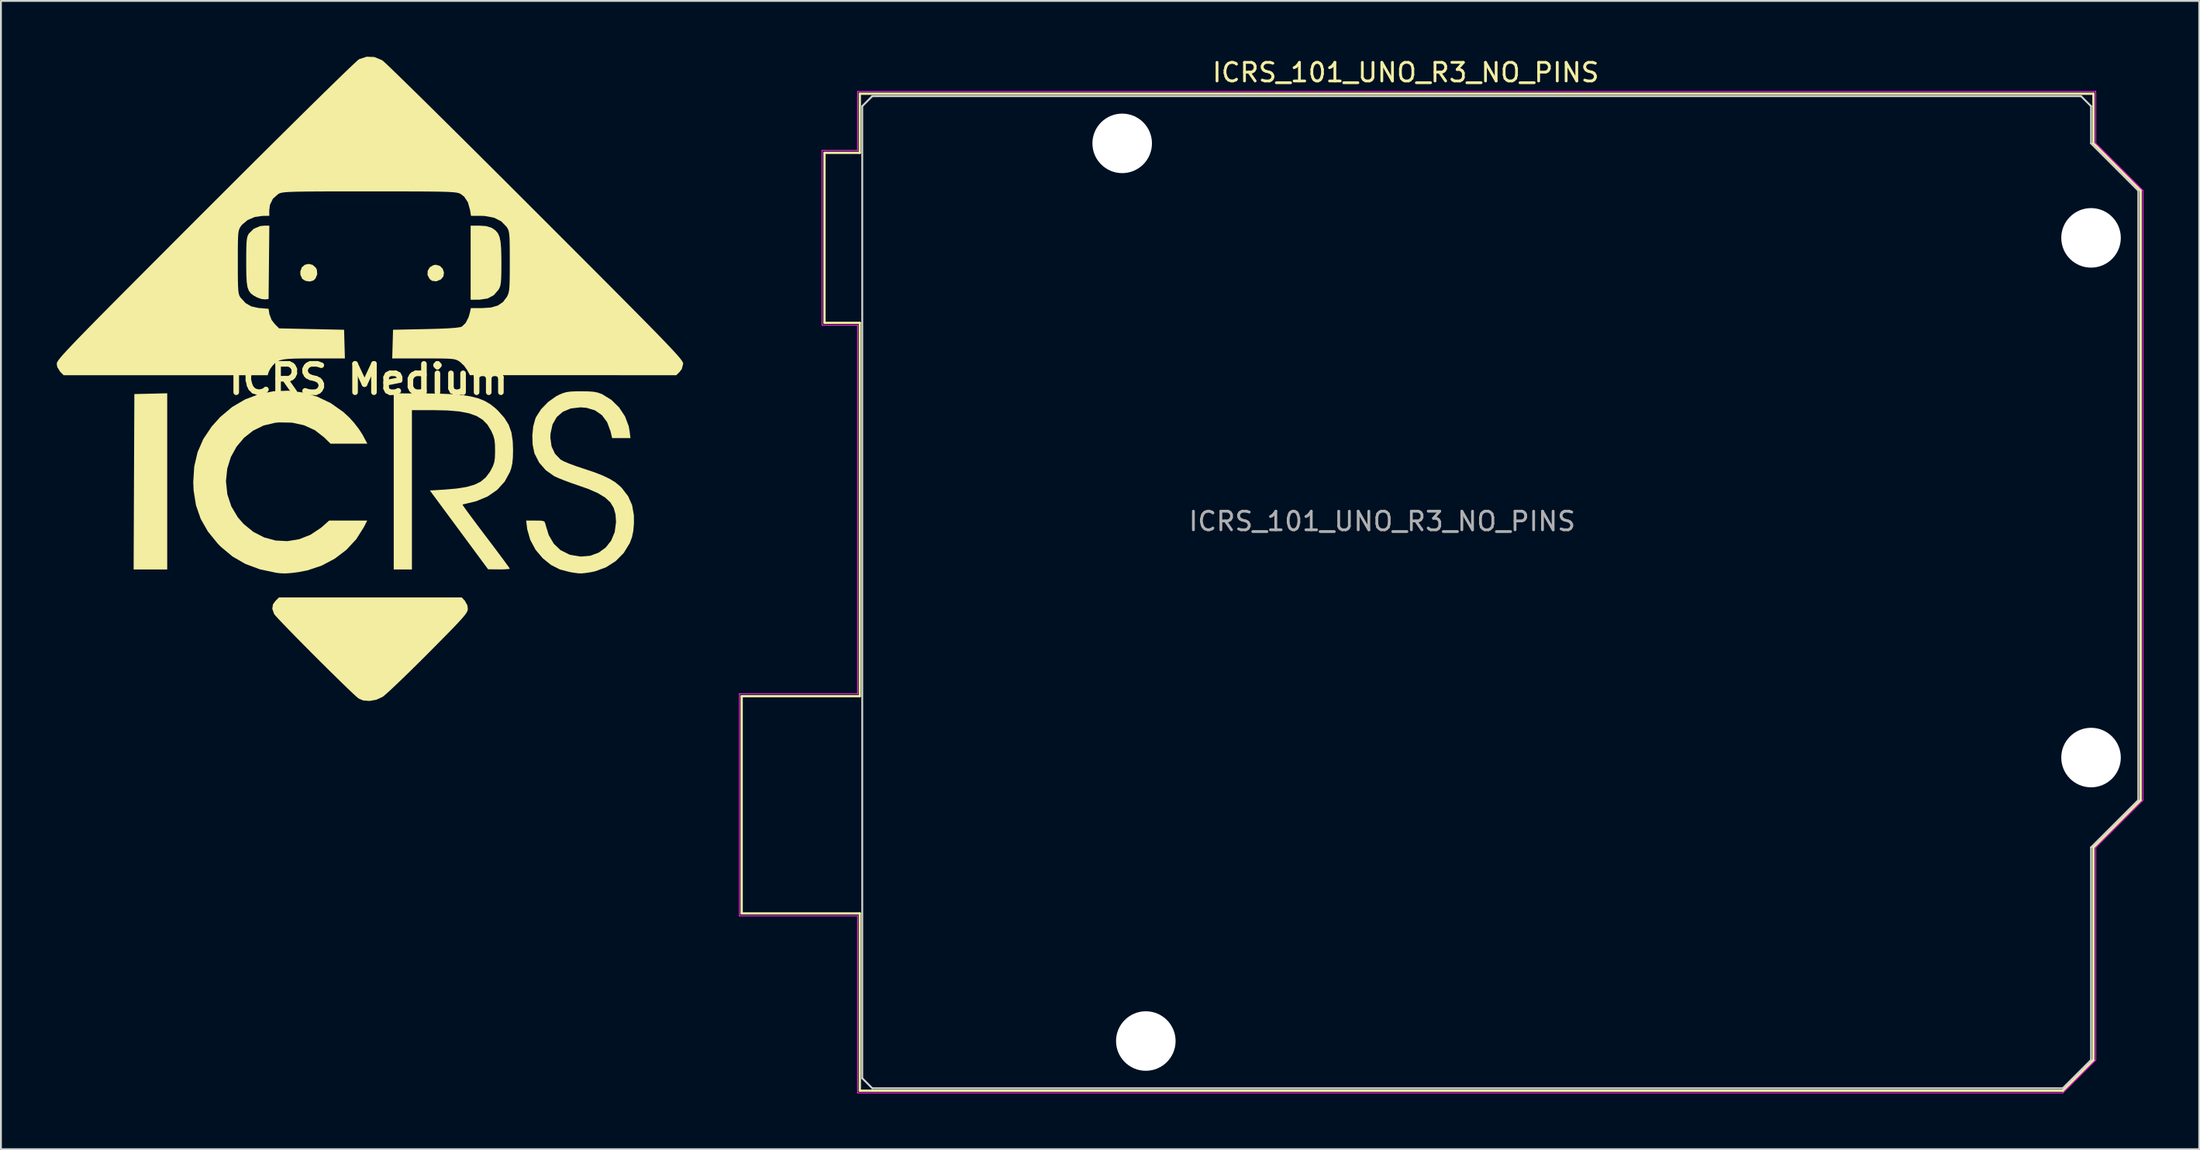
<source format=kicad_pcb>
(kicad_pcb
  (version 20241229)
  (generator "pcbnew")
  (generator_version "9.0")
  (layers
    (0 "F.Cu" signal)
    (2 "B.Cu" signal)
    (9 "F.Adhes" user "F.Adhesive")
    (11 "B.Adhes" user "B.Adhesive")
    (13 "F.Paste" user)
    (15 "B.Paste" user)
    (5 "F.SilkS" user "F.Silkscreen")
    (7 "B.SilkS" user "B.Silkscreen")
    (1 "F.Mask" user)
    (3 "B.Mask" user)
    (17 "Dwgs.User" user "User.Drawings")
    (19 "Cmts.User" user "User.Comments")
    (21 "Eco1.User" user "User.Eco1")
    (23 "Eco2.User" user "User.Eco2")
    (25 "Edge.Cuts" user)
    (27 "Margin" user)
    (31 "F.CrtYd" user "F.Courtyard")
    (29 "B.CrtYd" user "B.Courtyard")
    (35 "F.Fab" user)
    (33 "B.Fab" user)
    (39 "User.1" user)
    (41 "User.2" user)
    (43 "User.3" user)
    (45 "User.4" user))
  (footprint "ICRS Medium"
    (layer "F.Cu")
    (at 16.758 17.347)
    (property "Reference" "ICRS Medium" (at 0 0 0) (layer "F.SilkS") (effects (font (size 1.524 1.524) (thickness 0.3))))
    (attr board_only exclude_from_pos_files exclude_from_bom)
    (fp_poly (pts (xy -10.821 10.22) (xy -12.626 10.22) (xy -12.607 5.505) (xy -12.587 0.789) (xy -11.704 0.768) (xy -10.821 0.747)) (stroke (width 0) (type solid)) (fill yes) (layer "F.SilkS"))
    (fp_poly (pts (xy 3.836 -6.101) (xy 3.986 -5.948) (xy 4.053 -5.745) (xy 4.023 -5.538) (xy 3.891 -5.377) (xy 3.642 -5.271) (xy 3.412 -5.3) (xy 3.281 -5.398) (xy 3.168 -5.615) (xy 3.179 -5.84) (xy 3.294 -6.031) (xy 3.495 -6.146) (xy 3.62 -6.162)) (stroke (width 0) (type solid)) (fill yes) (layer "F.SilkS"))
    (fp_poly (pts (xy -3.005 -6.156) (xy -2.833 -6.002) (xy -2.779 -5.895) (xy -2.758 -5.652) (xy -2.853 -5.423) (xy -2.961 -5.318) (xy -3.159 -5.262) (xy -3.388 -5.296) (xy -3.563 -5.404) (xy -3.663 -5.619) (xy -3.669 -5.798) (xy -3.587 -6.025) (xy -3.422 -6.164) (xy -3.215 -6.209)) (stroke (width 0) (type solid)) (fill yes) (layer "F.SilkS"))
    (fp_poly (pts (xy 5.955 -8.266) (xy 6.315 -8.242) (xy 6.582 -8.163) (xy 6.674 -8.114) (xy 6.834 -7.998) (xy 6.953 -7.856) (xy 7.037 -7.665) (xy 7.093 -7.405) (xy 7.124 -7.052) (xy 7.137 -6.583) (xy 7.139 -6.258) (xy 7.137 -5.8) (xy 7.129 -5.464) (xy 7.113 -5.226) (xy 7.086 -5.057) (xy 7.044 -4.932) (xy 6.989 -4.828) (xy 6.733 -4.529) (xy 6.395 -4.35) (xy 5.965 -4.284) (xy 5.918 -4.284) (xy 5.486 -4.283) (xy 5.486 -8.266)) (stroke (width 0) (type solid)) (fill yes) (layer "F.SilkS"))
    (fp_poly (pts (xy -5.353 -6.294) (xy -5.373 -4.321) (xy -5.561 -4.301) (xy -5.753 -4.321) (xy -5.977 -4.399) (xy -6.006 -4.413) (xy -6.197 -4.52) (xy -6.339 -4.633) (xy -6.44 -4.775) (xy -6.508 -4.968) (xy -6.548 -5.235) (xy -6.569 -5.598) (xy -6.575 -6.08) (xy -6.575 -6.299) (xy -6.574 -6.786) (xy -6.568 -7.146) (xy -6.555 -7.405) (xy -6.533 -7.585) (xy -6.499 -7.711) (xy -6.453 -7.807) (xy -6.433 -7.838) (xy -6.17 -8.098) (xy -5.827 -8.242) (xy -5.601 -8.266) (xy -5.333 -8.266)) (stroke (width 0) (type solid)) (fill yes) (layer "F.SilkS"))
    (fp_poly (pts (xy 5.172 11.897) (xy 5.309 12.142) (xy 5.336 12.326) (xy 5.329 12.397) (xy 5.301 12.477) (xy 5.244 12.577) (xy 5.147 12.707) (xy 5 12.878) (xy 4.795 13.102) (xy 4.522 13.389) (xy 4.17 13.749) (xy 3.731 14.194) (xy 3.213 14.716) (xy 2.735 15.193) (xy 2.278 15.644) (xy 1.856 16.056) (xy 1.481 16.415) (xy 1.167 16.71) (xy 0.928 16.926) (xy 0.778 17.052) (xy 0.756 17.067) (xy 0.417 17.223) (xy 0.051 17.288) (xy -0.293 17.26) (xy -0.528 17.161) (xy -0.638 17.07) (xy -0.837 16.888) (xy -1.11 16.629) (xy -1.443 16.306) (xy -1.823 15.934) (xy -2.235 15.528) (xy -2.666 15.1) (xy -3.1 14.665) (xy -3.525 14.237) (xy -3.926 13.831) (xy -4.288 13.459) (xy -4.599 13.137) (xy -4.844 12.879) (xy -5.008 12.698) (xy -5.077 12.61) (xy -5.175 12.329) (xy -5.137 12.091) (xy -5.001 11.908) (xy -4.816 11.723) (xy 5.009 11.723)) (stroke (width 0) (type solid)) (fill yes) (layer "F.SilkS"))
    (fp_poly (pts (xy -3.53 0.703) (xy -2.764 0.926) (xy -2.035 1.274) (xy -1.361 1.749) (xy -1.022 2.062) (xy -0.767 2.347) (xy -0.52 2.669) (xy -0.33 2.962) (xy -0.314 2.991) (xy -0.065 3.457) (xy -2.044 3.457) (xy -2.388 3.118) (xy -2.885 2.732) (xy -3.463 2.466) (xy -4.112 2.326) (xy -4.817 2.313) (xy -5.022 2.333) (xy -5.64 2.479) (xy -6.201 2.753) (xy -6.69 3.138) (xy -7.095 3.618) (xy -7.401 4.176) (xy -7.595 4.797) (xy -7.663 5.464) (xy -7.663 5.483) (xy -7.589 6.181) (xy -7.375 6.829) (xy -7.025 7.416) (xy -6.718 7.77) (xy -6.189 8.2) (xy -5.607 8.498) (xy -4.991 8.663) (xy -4.361 8.696) (xy -3.734 8.594) (xy -3.131 8.358) (xy -2.569 7.987) (xy -2.468 7.901) (xy -2.119 7.59) (xy -0.073 7.59) (xy -0.256 7.951) (xy -0.664 8.596) (xy -1.19 9.162) (xy -1.814 9.638) (xy -2.518 10.011) (xy -3.284 10.268) (xy -3.782 10.364) (xy -4.178 10.413) (xy -4.482 10.432) (xy -4.746 10.423) (xy -4.96 10.398) (xy -5.839 10.212) (xy -6.619 9.922) (xy -7.313 9.521) (xy -7.938 9) (xy -8.11 8.824) (xy -8.638 8.174) (xy -9.024 7.494) (xy -9.276 6.765) (xy -9.403 5.967) (xy -9.422 5.523) (xy -9.368 4.681) (xy -9.189 3.912) (xy -8.879 3.202) (xy -8.431 2.534) (xy -7.972 2.023) (xy -7.335 1.486) (xy -6.634 1.076) (xy -5.886 0.793) (xy -5.108 0.637) (xy -4.317 0.607)) (stroke (width 0) (type solid)) (fill yes) (layer "F.SilkS"))
    (fp_poly (pts (xy 2.874 0.754) (xy 3.707 0.763) (xy 4.408 0.79) (xy 4.994 0.838) (xy 5.482 0.913) (xy 5.892 1.018) (xy 6.239 1.156) (xy 6.541 1.332) (xy 6.817 1.55) (xy 6.958 1.684) (xy 7.295 2.062) (xy 7.529 2.436) (xy 7.676 2.844) (xy 7.749 3.326) (xy 7.766 3.795) (xy 7.757 4.204) (xy 7.727 4.513) (xy 7.669 4.774) (xy 7.6 4.971) (xy 7.317 5.494) (xy 6.915 5.937) (xy 6.405 6.291) (xy 5.802 6.543) (xy 5.502 6.621) (xy 5.268 6.674) (xy 5.102 6.715) (xy 5.048 6.732) (xy 5.085 6.794) (xy 5.202 6.96) (xy 5.388 7.216) (xy 5.631 7.544) (xy 5.921 7.932) (xy 6.246 8.363) (xy 6.306 8.442) (xy 6.638 8.88) (xy 6.938 9.279) (xy 7.194 9.624) (xy 7.396 9.898) (xy 7.531 10.086) (xy 7.589 10.173) (xy 7.59 10.177) (xy 7.521 10.197) (xy 7.338 10.21) (xy 7.076 10.216) (xy 7.008 10.215) (xy 6.425 10.21) (xy 4.86 8.092) (xy 3.296 5.974) (xy 4.084 5.925) (xy 4.745 5.867) (xy 5.277 5.781) (xy 5.7 5.659) (xy 6.033 5.492) (xy 6.296 5.271) (xy 6.51 4.989) (xy 6.574 4.879) (xy 6.687 4.654) (xy 6.755 4.455) (xy 6.788 4.228) (xy 6.799 3.917) (xy 6.799 3.833) (xy 6.793 3.488) (xy 6.764 3.234) (xy 6.701 3.013) (xy 6.592 2.767) (xy 6.585 2.754) (xy 6.386 2.429) (xy 6.131 2.169) (xy 5.805 1.969) (xy 5.393 1.822) (xy 4.88 1.725) (xy 4.25 1.67) (xy 3.498 1.653) (xy 2.33 1.653) (xy 2.33 10.22) (xy 1.353 10.22) (xy 1.353 0.751)) (stroke (width 0) (type solid)) (fill yes) (layer "F.SilkS"))
    (fp_poly (pts (xy 11.815 0.645) (xy 12.099 0.666) (xy 12.318 0.709) (xy 12.515 0.779) (xy 12.563 0.801) (xy 13.051 1.102) (xy 13.465 1.508) (xy 13.782 1.987) (xy 13.981 2.512) (xy 14.027 2.766) (xy 14.074 3.156) (xy 13.091 3.156) (xy 13.001 2.782) (xy 12.82 2.295) (xy 12.54 1.921) (xy 12.166 1.663) (xy 11.704 1.526) (xy 11.385 1.503) (xy 10.866 1.564) (xy 10.439 1.742) (xy 10.111 2.029) (xy 9.889 2.419) (xy 9.781 2.904) (xy 9.77 3.135) (xy 9.835 3.602) (xy 10.019 3.998) (xy 10.314 4.303) (xy 10.352 4.33) (xy 10.519 4.417) (xy 10.792 4.531) (xy 11.132 4.657) (xy 11.478 4.773) (xy 12.089 4.976) (xy 12.575 5.164) (xy 12.96 5.347) (xy 13.268 5.538) (xy 13.52 5.747) (xy 13.616 5.845) (xy 13.952 6.283) (xy 14.163 6.758) (xy 14.259 7.299) (xy 14.263 7.74) (xy 14.227 8.157) (xy 14.157 8.488) (xy 14.04 8.799) (xy 14.036 8.807) (xy 13.714 9.332) (xy 13.282 9.77) (xy 12.758 10.104) (xy 12.164 10.321) (xy 11.938 10.367) (xy 11.657 10.41) (xy 11.457 10.43) (xy 11.275 10.426) (xy 11.051 10.397) (xy 10.83 10.361) (xy 10.285 10.22) (xy 9.81 9.978) (xy 9.365 9.621) (xy 8.977 9.162) (xy 8.692 8.631) (xy 8.53 8.069) (xy 8.516 7.968) (xy 8.471 7.59) (xy 8.968 7.59) (xy 9.235 7.593) (xy 9.388 7.613) (xy 9.464 7.662) (xy 9.5 7.756) (xy 9.508 7.797) (xy 9.686 8.375) (xy 9.955 8.835) (xy 10.317 9.179) (xy 10.773 9.407) (xy 10.863 9.436) (xy 11.406 9.526) (xy 11.912 9.482) (xy 12.363 9.316) (xy 12.744 9.041) (xy 13.039 8.667) (xy 13.229 8.207) (xy 13.299 7.674) (xy 13.3 7.662) (xy 13.271 7.251) (xy 13.173 6.905) (xy 12.992 6.609) (xy 12.714 6.351) (xy 12.325 6.116) (xy 11.812 5.892) (xy 11.293 5.709) (xy 10.898 5.573) (xy 10.519 5.432) (xy 10.199 5.304) (xy 9.978 5.203) (xy 9.968 5.197) (xy 9.526 4.884) (xy 9.169 4.474) (xy 8.928 4.003) (xy 8.907 3.94) (xy 8.818 3.5) (xy 8.801 3.01) (xy 8.85 2.527) (xy 8.965 2.109) (xy 9.004 2.021) (xy 9.274 1.602) (xy 9.648 1.216) (xy 10.078 0.909) (xy 10.22 0.835) (xy 10.43 0.744) (xy 10.625 0.686) (xy 10.85 0.654) (xy 11.149 0.641) (xy 11.422 0.639)) (stroke (width 0) (type solid)) (fill yes) (layer "F.SilkS"))
    (fp_poly (pts (xy 0.306 -17.333) (xy 0.704 -17.171) (xy 0.757 -17.137) (xy 0.848 -17.059) (xy 1.039 -16.88) (xy 1.324 -16.607) (xy 1.696 -16.246) (xy 2.149 -15.803) (xy 2.679 -15.283) (xy 3.277 -14.694) (xy 3.938 -14.04) (xy 4.656 -13.329) (xy 5.425 -12.565) (xy 6.239 -11.756) (xy 7.091 -10.907) (xy 7.976 -10.024) (xy 8.886 -9.114) (xy 8.999 -9.001) (xy 10.074 -7.925) (xy 11.048 -6.95) (xy 11.926 -6.071) (xy 12.712 -5.283) (xy 13.411 -4.58) (xy 14.029 -3.957) (xy 14.571 -3.41) (xy 15.04 -2.934) (xy 15.444 -2.522) (xy 15.785 -2.17) (xy 16.07 -1.873) (xy 16.303 -1.626) (xy 16.49 -1.423) (xy 16.635 -1.26) (xy 16.743 -1.131) (xy 16.819 -1.031) (xy 16.869 -0.955) (xy 16.897 -0.898) (xy 16.908 -0.855) (xy 16.908 -0.841) (xy 16.836 -0.558) (xy 16.724 -0.41) (xy 16.539 -0.225) (xy 10.994 -0.226) (xy 5.448 -0.226) (xy 5.298 -0.505) (xy 5.133 -0.735) (xy 4.923 -0.934) (xy 4.892 -0.956) (xy 4.804 -1.011) (xy 4.712 -1.053) (xy 4.594 -1.084) (xy 4.431 -1.105) (xy 4.2 -1.117) (xy 3.881 -1.124) (xy 3.451 -1.127) (xy 2.955 -1.127) (xy 1.272 -1.127) (xy 1.294 -1.897) (xy 1.315 -2.668) (xy 3.081 -2.705) (xy 3.732 -2.722) (xy 4.242 -2.743) (xy 4.619 -2.769) (xy 4.871 -2.799) (xy 5.007 -2.835) (xy 5.015 -2.839) (xy 5.216 -3.032) (xy 5.375 -3.341) (xy 5.445 -3.588) (xy 5.498 -3.833) (xy 6.102 -3.833) (xy 6.582 -3.865) (xy 6.949 -3.971) (xy 7.225 -4.16) (xy 7.431 -4.434) (xy 7.484 -4.537) (xy 7.523 -4.648) (xy 7.552 -4.788) (xy 7.571 -4.981) (xy 7.582 -5.248) (xy 7.588 -5.611) (xy 7.59 -6.093) (xy 7.59 -6.33) (xy 7.589 -6.864) (xy 7.586 -7.27) (xy 7.578 -7.569) (xy 7.563 -7.784) (xy 7.54 -7.935) (xy 7.506 -8.046) (xy 7.46 -8.137) (xy 7.42 -8.199) (xy 7.133 -8.497) (xy 6.74 -8.694) (xy 6.245 -8.785) (xy 6.043 -8.792) (xy 5.505 -8.792) (xy 5.456 -9.101) (xy 5.338 -9.523) (xy 5.138 -9.825) (xy 4.94 -9.975) (xy 4.881 -10.002) (xy 4.806 -10.025) (xy 4.703 -10.045) (xy 4.559 -10.061) (xy 4.364 -10.074) (xy 4.106 -10.085) (xy 3.773 -10.093) (xy 3.354 -10.099) (xy 2.837 -10.103) (xy 2.212 -10.105) (xy 1.465 -10.107) (xy 0.586 -10.107) (xy 0.038 -10.107) (xy -0.917 -10.107) (xy -1.733 -10.106) (xy -2.421 -10.105) (xy -2.994 -10.102) (xy -3.463 -10.097) (xy -3.839 -10.091) (xy -4.135 -10.082) (xy -4.361 -10.071) (xy -4.53 -10.057) (xy -4.653 -10.039) (xy -4.74 -10.018) (xy -4.805 -9.993) (xy -4.856 -9.966) (xy -5.141 -9.712) (xy -5.302 -9.378) (xy -5.336 -9.1) (xy -5.336 -8.792) (xy -5.692 -8.791) (xy -6.118 -8.73) (xy -6.501 -8.566) (xy -6.798 -8.318) (xy -6.846 -8.256) (xy -6.904 -8.171) (xy -6.948 -8.084) (xy -6.98 -7.976) (xy -7.002 -7.824) (xy -7.015 -7.609) (xy -7.023 -7.309) (xy -7.026 -6.902) (xy -7.026 -6.369) (xy -7.026 -6.299) (xy -7.026 -5.747) (xy -7.022 -5.325) (xy -7.015 -5.012) (xy -7.001 -4.788) (xy -6.98 -4.632) (xy -6.95 -4.523) (xy -6.909 -4.441) (xy -6.871 -4.388) (xy -6.605 -4.099) (xy -6.302 -3.925) (xy -5.917 -3.84) (xy -5.838 -3.833) (xy -5.375 -3.795) (xy -5.328 -3.507) (xy -5.212 -3.197) (xy -5.044 -2.981) (xy -4.807 -2.743) (xy -3.061 -2.705) (xy -1.315 -2.668) (xy -1.272 -1.127) (xy -2.932 -1.127) (xy -3.515 -1.126) (xy -3.969 -1.118) (xy -4.314 -1.102) (xy -4.572 -1.073) (xy -4.763 -1.027) (xy -4.908 -0.961) (xy -5.029 -0.871) (xy -5.145 -0.753) (xy -5.158 -0.74) (xy -5.291 -0.557) (xy -5.37 -0.395) (xy -5.421 -0.225) (xy -16.389 -0.225) (xy -16.574 -0.41) (xy -16.731 -0.664) (xy -16.758 -0.841) (xy -16.752 -0.88) (xy -16.731 -0.931) (xy -16.691 -0.999) (xy -16.625 -1.089) (xy -16.53 -1.207) (xy -16.4 -1.356) (xy -16.23 -1.543) (xy -16.016 -1.772) (xy -15.752 -2.049) (xy -15.433 -2.378) (xy -15.055 -2.765) (xy -14.613 -3.216) (xy -14.101 -3.734) (xy -13.515 -4.325) (xy -12.849 -4.994) (xy -12.099 -5.747) (xy -11.26 -6.588) (xy -10.327 -7.523) (xy -9.295 -8.557) (xy -8.774 -9.078) (xy -7.819 -10.032) (xy -6.899 -10.951) (xy -6.018 -11.829) (xy -5.181 -12.66) (xy -4.395 -13.439) (xy -3.665 -14.162) (xy -2.997 -14.821) (xy -2.395 -15.412) (xy -1.866 -15.929) (xy -1.416 -16.367) (xy -1.049 -16.72) (xy -0.772 -16.982) (xy -0.59 -17.149) (xy -0.51 -17.214) (xy -0.104 -17.347)) (stroke (width 0) (type solid)) (fill yes) (layer "F.SilkS")))
  (footprint "ICRS_101_UNO_R3_NO_PINS"
    (layer "F.Cu")
    (at 71.231 4.658)
    (property "Reference" "ICRS_101_UNO_R3_NO_PINS" (at 1.27 -3.81 180) (layer "F.SilkS") (effects (font (size 1 1) (thickness 0.15))))
    (attr through_hole)
    (fp_line (start -34.42 29.72) (end -34.42 41.4) (stroke (width 0.12) (type solid)) (layer "F.SilkS"))
    (fp_line (start -34.42 41.4) (end -28.07 41.4) (stroke (width 0.12) (type solid)) (layer "F.SilkS"))
    (fp_line (start -29.97 0.51) (end -29.97 9.65) (stroke (width 0.12) (type solid)) (layer "F.SilkS"))
    (fp_line (start -29.97 9.65) (end -28.07 9.65) (stroke (width 0.12) (type solid)) (layer "F.SilkS"))
    (fp_line (start -28.07 -2.67) (end -28.07 0.51) (stroke (width 0.12) (type solid)) (layer "F.SilkS"))
    (fp_line (start -28.07 0.51) (end -29.97 0.51) (stroke (width 0.12) (type solid)) (layer "F.SilkS"))
    (fp_line (start -28.07 9.65) (end -28.07 29.72) (stroke (width 0.12) (type solid)) (layer "F.SilkS"))
    (fp_line (start -28.07 29.72) (end -34.42 29.72) (stroke (width 0.12) (type solid)) (layer "F.SilkS"))
    (fp_line (start -28.07 41.4) (end -28.07 50.93) (stroke (width 0.12) (type solid)) (layer "F.SilkS"))
    (fp_line (start -28.07 50.93) (end 36.58 50.93) (stroke (width 0.12) (type solid)) (layer "F.SilkS"))
    (fp_line (start 36.58 50.93) (end 38.23 49.28) (stroke (width 0.12) (type solid)) (layer "F.SilkS"))
    (fp_line (start 38.23 -2.67) (end -28.07 -2.67) (stroke (width 0.12) (type solid)) (layer "F.SilkS"))
    (fp_line (start 38.23 0) (end 38.23 -2.67) (stroke (width 0.12) (type solid)) (layer "F.SilkS"))
    (fp_line (start 38.23 37.85) (end 40.77 35.31) (stroke (width 0.12) (type solid)) (layer "F.SilkS"))
    (fp_line (start 38.23 49.28) (end 38.23 37.85) (stroke (width 0.12) (type solid)) (layer "F.SilkS"))
    (fp_line (start 40.77 2.54) (end 38.23 0) (stroke (width 0.12) (type solid)) (layer "F.SilkS"))
    (fp_line (start 40.77 35.31) (end 40.77 2.54) (stroke (width 0.12) (type solid)) (layer "F.SilkS"))
    (fp_line (start -27.94 50.26) (end -27.94 -2) (stroke (width 0.1) (type solid)) (layer "Edge.Cuts"))
    (fp_line (start -27.4 -2.54) (end -27.94 -2) (stroke (width 0.1) (type default)) (layer "Edge.Cuts"))
    (fp_line (start -27.4 -2.54) (end 37.5 -2.54) (stroke (width 0.1) (type solid)) (layer "Edge.Cuts"))
    (fp_line (start -27.4 50.8) (end -27.94 50.26) (stroke (width 0.1) (type default)) (layer "Edge.Cuts"))
    (fp_line (start 36.58 50.8) (end -27.4 50.8) (stroke (width 0.1) (type solid)) (layer "Edge.Cuts"))
    (fp_line (start 37.56 -2.54) (end 37.5 -2.54) (stroke (width 0.1) (type default)) (layer "Edge.Cuts"))
    (fp_line (start 38.1 -2) (end 37.56 -2.54) (stroke (width 0.1) (type default)) (layer "Edge.Cuts"))
    (fp_line (start 38.1 -2) (end 38.1 0) (stroke (width 0.1) (type solid)) (layer "Edge.Cuts"))
    (fp_line (start 38.1 0) (end 40.64 2.54) (stroke (width 0.1) (type solid)) (layer "Edge.Cuts"))
    (fp_line (start 38.1 37.85) (end 38.1 49.28) (stroke (width 0.1) (type solid)) (layer "Edge.Cuts"))
    (fp_line (start 38.1 49.28) (end 36.58 50.8) (stroke (width 0.1) (type solid)) (layer "Edge.Cuts"))
    (fp_line (start 40.64 2.54) (end 40.64 35.31) (stroke (width 0.1) (type solid)) (layer "Edge.Cuts"))
    (fp_line (start 40.64 35.31) (end 38.1 37.85) (stroke (width 0.1) (type solid)) (layer "Edge.Cuts"))
    (fp_line (start -34.54 29.59) (end -28.19 29.59) (stroke (width 0.05) (type solid)) (layer "F.CrtYd"))
    (fp_line (start -34.54 41.53) (end -34.54 29.59) (stroke (width 0.05) (type solid)) (layer "F.CrtYd"))
    (fp_line (start -30.1 0.38) (end -28.19 0.38) (stroke (width 0.05) (type solid)) (layer "F.CrtYd"))
    (fp_line (start -30.1 9.78) (end -30.1 0.38) (stroke (width 0.05) (type solid)) (layer "F.CrtYd"))
    (fp_line (start -28.19 -2.79) (end 38.35 -2.79) (stroke (width 0.05) (type solid)) (layer "F.CrtYd"))
    (fp_line (start -28.19 0.38) (end -28.19 -2.79) (stroke (width 0.05) (type solid)) (layer "F.CrtYd"))
    (fp_line (start -28.19 9.78) (end -30.1 9.78) (stroke (width 0.05) (type solid)) (layer "F.CrtYd"))
    (fp_line (start -28.19 29.59) (end -28.19 9.78) (stroke (width 0.05) (type solid)) (layer "F.CrtYd"))
    (fp_line (start -28.19 41.53) (end -34.54 41.53) (stroke (width 0.05) (type solid)) (layer "F.CrtYd"))
    (fp_line (start -28.19 51.05) (end -28.19 41.53) (stroke (width 0.05) (type solid)) (layer "F.CrtYd"))
    (fp_line (start 36.58 51.05) (end -28.19 51.05) (stroke (width 0.05) (type solid)) (layer "F.CrtYd"))
    (fp_line (start 38.35 -2.79) (end 38.35 0) (stroke (width 0.05) (type solid)) (layer "F.CrtYd"))
    (fp_line (start 38.35 0) (end 40.89 2.54) (stroke (width 0.05) (type solid)) (layer "F.CrtYd"))
    (fp_line (start 38.35 37.85) (end 38.35 49.28) (stroke (width 0.05) (type solid)) (layer "F.CrtYd"))
    (fp_line (start 38.35 49.28) (end 36.58 51.05) (stroke (width 0.05) (type solid)) (layer "F.CrtYd"))
    (fp_line (start 40.89 2.54) (end 40.89 35.31) (stroke (width 0.05) (type solid)) (layer "F.CrtYd"))
    (fp_line (start 40.89 35.31) (end 38.35 37.85) (stroke (width 0.05) (type solid)) (layer "F.CrtYd"))
    (fp_text user "${REFERENCE}" (at 0 20.32 180) (layer "F.Fab") (effects (font (size 1 1) (thickness 0.15))))
    (pad "" np_thru_hole circle (at -13.97 0 90) (size 3.2 3.2) (drill 3.2) (layers "*.Cu" "*.Mask"))
    (pad "" np_thru_hole circle (at -12.7 48.26 90) (size 3.2 3.2) (drill 3.2) (layers "*.Cu" "*.Mask"))
    (pad "" np_thru_hole circle (at 38.1 5.08 90) (size 3.2 3.2) (drill 3.2) (layers "*.Cu" "*.Mask"))
    (pad "" np_thru_hole circle (at 38.1 33.02 90) (size 3.2 3.2) (drill 3.2) (layers "*.Cu" "*.Mask")))
  (gr_rect
    (start -3 -3)
    (end 115.146 58.733)
    (stroke (width 0.1) (type default))
    (fill no)
    (layer "Edge.Cuts")))
</source>
